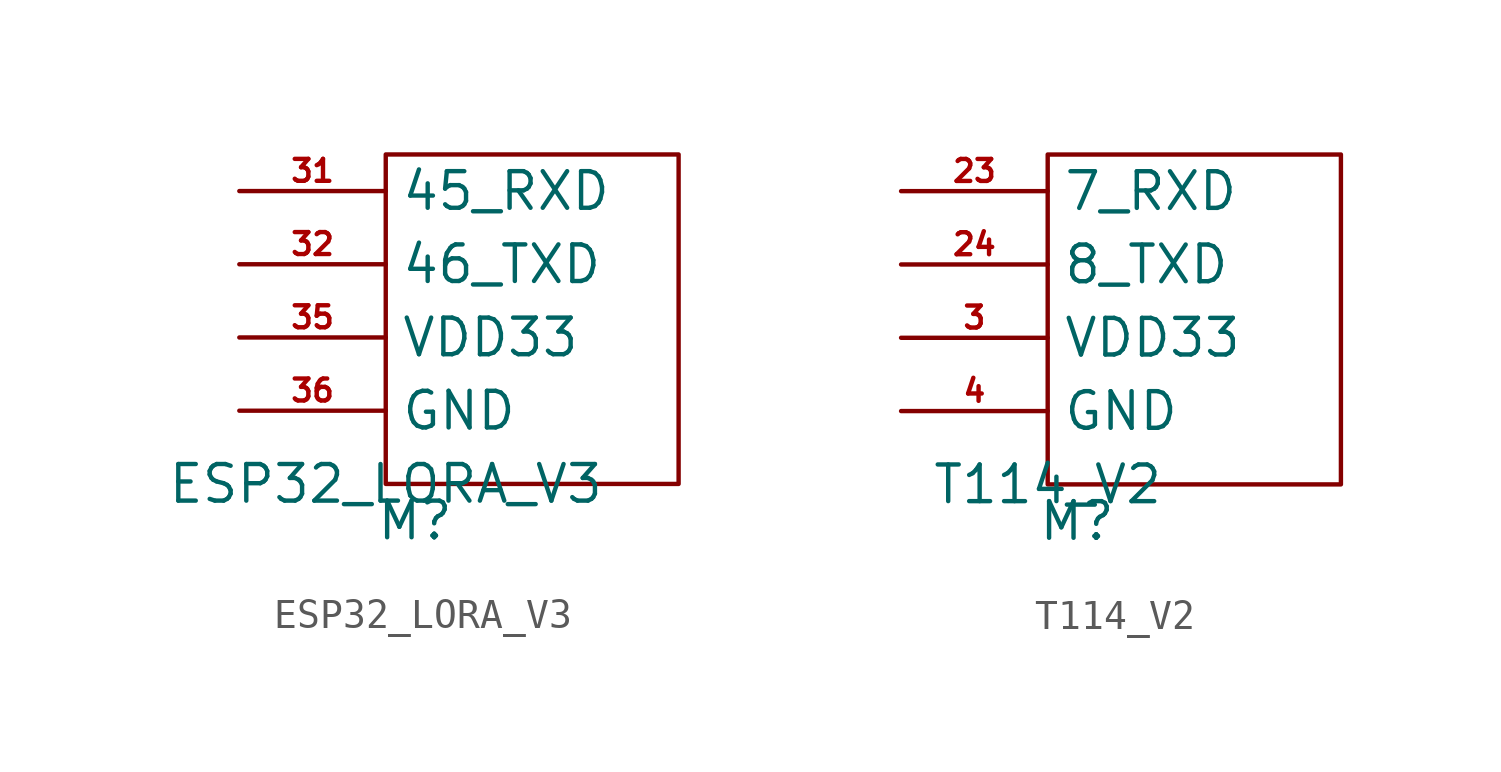
<source format=kicad_sym>
(kicad_symbol_lib
  (version 20231120)
  (generator "kicad_symbol_editor")
  (generator_version "8.0")
  (symbol "ESP32_LORA_V3"
    (property "Reference" "M"
      (at 1.016 -1.27 0)
      (effects (font (size 1.27 1.27))))
    (property "Value" "ESP32_LORA_V3"
      (at 0 0 0)
      (effects (font (size 1.27 1.27))))
    (symbol "ESP32_LORA_V3_0_1"
      (rectangle (start 0 11.43) (end 10.16 0) (stroke (width 0) (type default)) (fill (type none))))
    (symbol "ESP32_LORA_V3_1_1"
      (pin passive line (at -5.08 10.16 0) (length 5.08) (name "45_RXD" (effects (font (size 1.27 1.27)))) (number "31" (effects (font (size 0.762 0.762)))))
      (pin passive line (at -5.08 7.62 0) (length 5.08) (name "46_TXD" (effects (font (size 1.27 1.27)))) (number "32" (effects (font (size 0.762 0.762)))))
      (pin passive line (at -5.08 5.08 0) (length 5.08) (name "VDD33" (effects (font (size 1.27 1.27)))) (number "35" (effects (font (size 0.762 0.762)))))
      (pin passive line (at -5.08 2.54 0) (length 5.08) (name "GND" (effects (font (size 1.27 1.27)))) (number "36" (effects (font (size 0.762 0.762)))))))
  (symbol "T114_V2"
    (property "Reference" "M"
      (at 1.016 -1.27 0)
      (effects (font (size 1.27 1.27))))
    (property "Value" "T114_V2"
      (at 0 0 0)
      (effects (font (size 1.27 1.27))))
    (symbol "T114_V2_0_1"
      (rectangle (start 0 11.43) (end 10.16 0) (stroke (width 0) (type default)) (fill (type none))))
    (symbol "T114_V2_1_1"
      (pin passive line (at -5.08 10.16 0) (length 5.08) (name "7_RXD" (effects (font (size 1.27 1.27)))) (number "23" (effects (font (size 0.762 0.762)))))
      (pin passive line (at -5.08 7.62 0) (length 5.08) (name "8_TXD" (effects (font (size 1.27 1.27)))) (number "24" (effects (font (size 0.762 0.762)))))
      (pin passive line (at -5.08 5.08 0) (length 5.08) (name "VDD33" (effects (font (size 1.27 1.27)))) (number "3" (effects (font (size 0.762 0.762)))))
      (pin passive line (at -5.08 2.54 0) (length 5.08) (name "GND" (effects (font (size 1.27 1.27)))) (number "4" (effects (font (size 0.762 0.762))))))))
</source>
